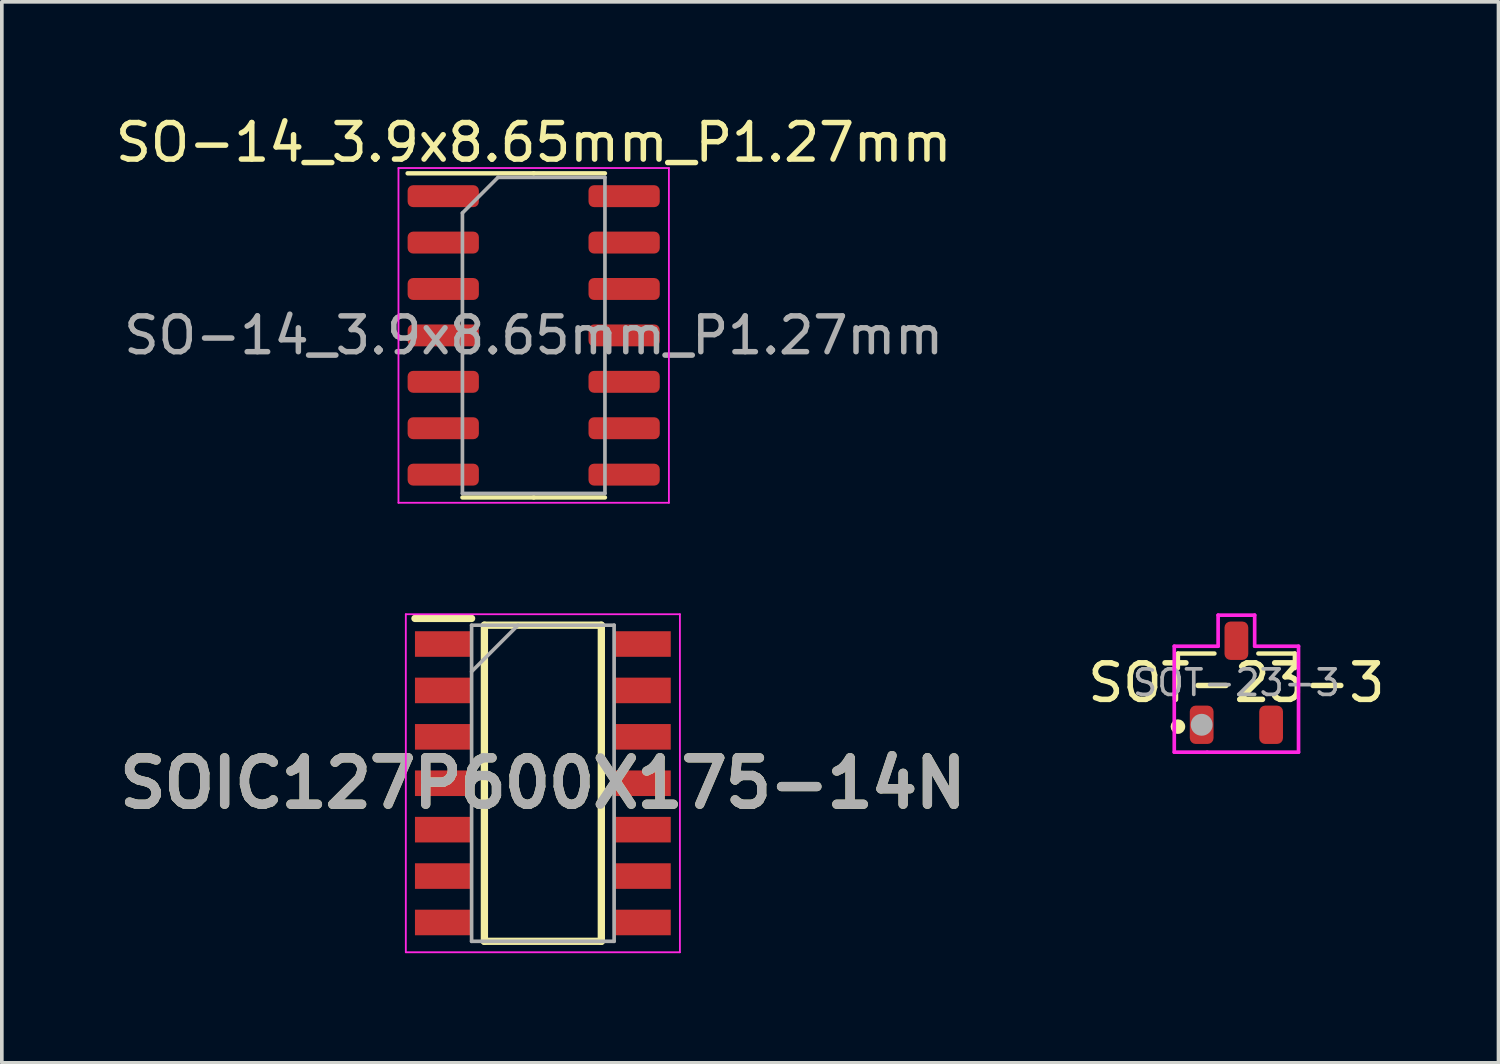
<source format=kicad_pcb>
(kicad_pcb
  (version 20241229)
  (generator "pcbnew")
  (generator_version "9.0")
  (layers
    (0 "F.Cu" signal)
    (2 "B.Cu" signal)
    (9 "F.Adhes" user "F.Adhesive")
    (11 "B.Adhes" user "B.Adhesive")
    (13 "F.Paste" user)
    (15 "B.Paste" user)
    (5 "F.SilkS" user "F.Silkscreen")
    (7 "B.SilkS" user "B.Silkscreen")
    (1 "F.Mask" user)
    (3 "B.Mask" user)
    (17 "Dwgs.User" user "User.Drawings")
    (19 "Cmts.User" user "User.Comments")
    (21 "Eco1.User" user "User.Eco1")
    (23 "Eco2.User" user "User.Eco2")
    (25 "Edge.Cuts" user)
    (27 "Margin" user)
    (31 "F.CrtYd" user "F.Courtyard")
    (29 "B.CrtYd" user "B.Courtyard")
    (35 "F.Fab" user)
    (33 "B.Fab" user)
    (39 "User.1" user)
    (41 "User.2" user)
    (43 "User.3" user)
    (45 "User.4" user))
  (footprint "SO-14_3.9x8.65mm_P1.27mm"
    (layer "F.Cu")
    (at 11.554 6.128)
    (property "Reference" "SO-14_3.9x8.65mm_P1.27mm" (at 0 -5.28 0) (layer "F.SilkS") (effects (font (size 1 1) (thickness 0.15))))
    (attr smd)
    (fp_line (start 0 -4.435) (end -3.45 -4.435) (stroke (width 0.12) (type solid)) (layer "F.SilkS"))
    (fp_line (start 0 -4.435) (end 1.95 -4.435) (stroke (width 0.12) (type solid)) (layer "F.SilkS"))
    (fp_line (start 0 4.435) (end -1.95 4.435) (stroke (width 0.12) (type solid)) (layer "F.SilkS"))
    (fp_line (start 0 4.435) (end 1.95 4.435) (stroke (width 0.12) (type solid)) (layer "F.SilkS"))
    (fp_line (start -3.7 -4.58) (end -3.7 4.58) (stroke (width 0.05) (type solid)) (layer "F.CrtYd"))
    (fp_line (start -3.7 4.58) (end 3.7 4.58) (stroke (width 0.05) (type solid)) (layer "F.CrtYd"))
    (fp_line (start 3.7 -4.58) (end -3.7 -4.58) (stroke (width 0.05) (type solid)) (layer "F.CrtYd"))
    (fp_line (start 3.7 4.58) (end 3.7 -4.58) (stroke (width 0.05) (type solid)) (layer "F.CrtYd"))
    (fp_line (start -1.95 -3.35) (end -0.975 -4.325) (stroke (width 0.1) (type solid)) (layer "F.Fab"))
    (fp_line (start -1.95 4.325) (end -1.95 -3.35) (stroke (width 0.1) (type solid)) (layer "F.Fab"))
    (fp_line (start -0.975 -4.325) (end 1.95 -4.325) (stroke (width 0.1) (type solid)) (layer "F.Fab"))
    (fp_line (start 1.95 -4.325) (end 1.95 4.325) (stroke (width 0.1) (type solid)) (layer "F.Fab"))
    (fp_line (start 1.95 4.325) (end -1.95 4.325) (stroke (width 0.1) (type solid)) (layer "F.Fab"))
    (fp_text user "${REFERENCE}" (at 0 0 0) (layer "F.Fab") (effects (font (size 0.98 0.98) (thickness 0.15))))
    (pad "1" smd roundrect (at -2.475 -3.81) (size 1.95 0.6) (layers "F.Cu" "F.Mask" "F.Paste") (roundrect_rratio 0.25))
    (pad "2" smd roundrect (at -2.475 -2.54) (size 1.95 0.6) (layers "F.Cu" "F.Mask" "F.Paste") (roundrect_rratio 0.25))
    (pad "3" smd roundrect (at -2.475 -1.27) (size 1.95 0.6) (layers "F.Cu" "F.Mask" "F.Paste") (roundrect_rratio 0.25))
    (pad "4" smd roundrect (at -2.475 0) (size 1.95 0.6) (layers "F.Cu" "F.Mask" "F.Paste") (roundrect_rratio 0.25))
    (pad "5" smd roundrect (at -2.475 1.27) (size 1.95 0.6) (layers "F.Cu" "F.Mask" "F.Paste") (roundrect_rratio 0.25))
    (pad "6" smd roundrect (at -2.475 2.54) (size 1.95 0.6) (layers "F.Cu" "F.Mask" "F.Paste") (roundrect_rratio 0.25))
    (pad "7" smd roundrect (at -2.475 3.81) (size 1.95 0.6) (layers "F.Cu" "F.Mask" "F.Paste") (roundrect_rratio 0.25))
    (pad "8" smd roundrect (at 2.475 3.81) (size 1.95 0.6) (layers "F.Cu" "F.Mask" "F.Paste") (roundrect_rratio 0.25))
    (pad "9" smd roundrect (at 2.475 2.54) (size 1.95 0.6) (layers "F.Cu" "F.Mask" "F.Paste") (roundrect_rratio 0.25))
    (pad "10" smd roundrect (at 2.475 1.27) (size 1.95 0.6) (layers "F.Cu" "F.Mask" "F.Paste") (roundrect_rratio 0.25))
    (pad "11" smd roundrect (at 2.475 0) (size 1.95 0.6) (layers "F.Cu" "F.Mask" "F.Paste") (roundrect_rratio 0.25))
    (pad "12" smd roundrect (at 2.475 -1.27) (size 1.95 0.6) (layers "F.Cu" "F.Mask" "F.Paste") (roundrect_rratio 0.25))
    (pad "13" smd roundrect (at 2.475 -2.54) (size 1.95 0.6) (layers "F.Cu" "F.Mask" "F.Paste") (roundrect_rratio 0.25))
    (pad "14" smd roundrect (at 2.475 -3.81) (size 1.95 0.6) (layers "F.Cu" "F.Mask" "F.Paste") (roundrect_rratio 0.25)))
  (footprint "SOIC127P600X175-14N"
    (layer "F.Cu")
    (at 11.805 18.383)
    (property "Reference" "SOIC127P600X175-14N" (at 0 0 0) (layer "F.SilkS") (effects (font (size 1.27 1.27) (thickness 0.254))))
    (attr smd)
    (fp_line (start -3.5 -4.51) (end -1.95 -4.51) (stroke (width 0.2) (type solid)) (layer "F.SilkS"))
    (fp_line (start -1.6 -4.325) (end 1.6 -4.325) (stroke (width 0.2) (type solid)) (layer "F.SilkS"))
    (fp_line (start -1.6 4.325) (end -1.6 -4.325) (stroke (width 0.2) (type solid)) (layer "F.SilkS"))
    (fp_line (start 1.6 -4.325) (end 1.6 4.325) (stroke (width 0.2) (type solid)) (layer "F.SilkS"))
    (fp_line (start 1.6 4.325) (end -1.6 4.325) (stroke (width 0.2) (type solid)) (layer "F.SilkS"))
    (fp_line (start -3.75 -4.625) (end 3.75 -4.625) (stroke (width 0.05) (type solid)) (layer "F.CrtYd"))
    (fp_line (start -3.75 4.625) (end -3.75 -4.625) (stroke (width 0.05) (type solid)) (layer "F.CrtYd"))
    (fp_line (start 3.75 -4.625) (end 3.75 4.625) (stroke (width 0.05) (type solid)) (layer "F.CrtYd"))
    (fp_line (start 3.75 4.625) (end -3.75 4.625) (stroke (width 0.05) (type solid)) (layer "F.CrtYd"))
    (fp_line (start -1.95 -4.325) (end 1.95 -4.325) (stroke (width 0.1) (type solid)) (layer "F.Fab"))
    (fp_line (start -1.95 -3.055) (end -0.68 -4.325) (stroke (width 0.1) (type solid)) (layer "F.Fab"))
    (fp_line (start -1.95 4.325) (end -1.95 -4.325) (stroke (width 0.1) (type solid)) (layer "F.Fab"))
    (fp_line (start 1.95 -4.325) (end 1.95 4.325) (stroke (width 0.1) (type solid)) (layer "F.Fab"))
    (fp_line (start 1.95 4.325) (end -1.95 4.325) (stroke (width 0.1) (type solid)) (layer "F.Fab"))
    (fp_text user "${REFERENCE}" (at 0 0 0) (layer "F.Fab") (effects (font (size 1.27 1.27) (thickness 0.254))))
    (pad "1" smd rect (at -2.725 -3.81 90) (size 0.7 1.55) (layers "F.Cu" "F.Mask" "F.Paste"))
    (pad "2" smd rect (at -2.725 -2.54 90) (size 0.7 1.55) (layers "F.Cu" "F.Mask" "F.Paste"))
    (pad "3" smd rect (at -2.725 -1.27 90) (size 0.7 1.55) (layers "F.Cu" "F.Mask" "F.Paste"))
    (pad "4" smd rect (at -2.725 0 90) (size 0.7 1.55) (layers "F.Cu" "F.Mask" "F.Paste"))
    (pad "5" smd rect (at -2.725 1.27 90) (size 0.7 1.55) (layers "F.Cu" "F.Mask" "F.Paste"))
    (pad "6" smd rect (at -2.725 2.54 90) (size 0.7 1.55) (layers "F.Cu" "F.Mask" "F.Paste"))
    (pad "7" smd rect (at -2.725 3.81 90) (size 0.7 1.55) (layers "F.Cu" "F.Mask" "F.Paste"))
    (pad "8" smd rect (at 2.725 3.81 90) (size 0.7 1.55) (layers "F.Cu" "F.Mask" "F.Paste"))
    (pad "9" smd rect (at 2.725 2.54 90) (size 0.7 1.55) (layers "F.Cu" "F.Mask" "F.Paste"))
    (pad "10" smd rect (at 2.725 1.27 90) (size 0.7 1.55) (layers "F.Cu" "F.Mask" "F.Paste"))
    (pad "11" smd rect (at 2.725 0 90) (size 0.7 1.55) (layers "F.Cu" "F.Mask" "F.Paste"))
    (pad "12" smd rect (at 2.725 -1.27 90) (size 0.7 1.55) (layers "F.Cu" "F.Mask" "F.Paste"))
    (pad "13" smd rect (at 2.725 -2.54 90) (size 0.7 1.55) (layers "F.Cu" "F.Mask" "F.Paste"))
    (pad "14" smd rect (at 2.725 -3.81 90) (size 0.7 1.55) (layers "F.Cu" "F.Mask" "F.Paste")))
  (footprint "SOT-23-3"
    (layer "F.Cu")
    (at 30.783 15.633)
    (property "Reference" "SOT-23-3" (at 0 0 0) (unlocked yes) (layer "F.SilkS") (effects (font (size 1 1) (thickness 0.15))))
    (attr smd)
    (fp_line (start -1.6 -0.8) (end -1.6 -0.4) (stroke (width 0.12) (type solid)) (layer "F.SilkS"))
    (fp_line (start -0.6 -0.8) (end -1.6 -0.8) (stroke (width 0.12) (type solid)) (layer "F.SilkS"))
    (fp_line (start 1.6 -0.8) (end 0.6 -0.8) (stroke (width 0.12) (type solid)) (layer "F.SilkS"))
    (fp_line (start 1.6 -0.4) (end 1.6 -0.8) (stroke (width 0.12) (type solid)) (layer "F.SilkS"))
    (fp_circle (center -1.6 1.2) (end -1.5 1.2) (stroke (width 0.2) (type solid)) (fill no) (layer "F.SilkS"))
    (fp_line (start -1.7 -1) (end -1.7 1.9) (stroke (width 0.1) (type solid)) (layer "F.CrtYd"))
    (fp_line (start -1.7 -1) (end -0.5 -1) (stroke (width 0.1) (type solid)) (layer "F.CrtYd"))
    (fp_line (start -1.7 1.9) (end -0.8 1.9) (stroke (width 0.1) (type solid)) (layer "F.CrtYd"))
    (fp_line (start -0.8 1.9) (end 1.7 1.9) (stroke (width 0.1) (type solid)) (layer "F.CrtYd"))
    (fp_line (start -0.5 -1.85) (end 0.5 -1.85) (stroke (width 0.1) (type solid)) (layer "F.CrtYd"))
    (fp_line (start -0.5 -1) (end -0.5 -1.85) (stroke (width 0.1) (type solid)) (layer "F.CrtYd"))
    (fp_line (start 0.5 -1.85) (end 0.5 -1) (stroke (width 0.1) (type solid)) (layer "F.CrtYd"))
    (fp_line (start 0.5 -1) (end 1.7 -1) (stroke (width 0.1) (type solid)) (layer "F.CrtYd"))
    (fp_line (start 1.7 1.9) (end 1.7 -1) (stroke (width 0.1) (type solid)) (layer "F.CrtYd"))
    (fp_circle (center -0.95 1.15) (end -0.8 1.15) (stroke (width 0.3) (type solid)) (fill no) (layer "F.Fab"))
    (fp_text user "${REFERENCE}" (at 0 0 0) (unlocked yes) (layer "F.Fab") (effects (font (size 0.7 0.7) (thickness 0.1))))
    (pad "1" smd roundrect (at -0.95 1.15 180) (size 0.65 1.05) (layers "F.Cu" "F.Mask" "F.Paste") (roundrect_rratio 0.25))
    (pad "2" smd roundrect (at 0.95 1.15 180) (size 0.65 1.05) (layers "F.Cu" "F.Mask" "F.Paste") (roundrect_rratio 0.25))
    (pad "3" smd roundrect (at 0 -1.15 180) (size 0.65 1.05) (layers "F.Cu" "F.Mask" "F.Paste") (roundrect_rratio 0.25)))
  (gr_rect
    (start -3 -3)
    (end 37.955 26.033)
    (stroke (width 0.1) (type default))
    (fill no)
    (layer "Edge.Cuts")))
</source>
